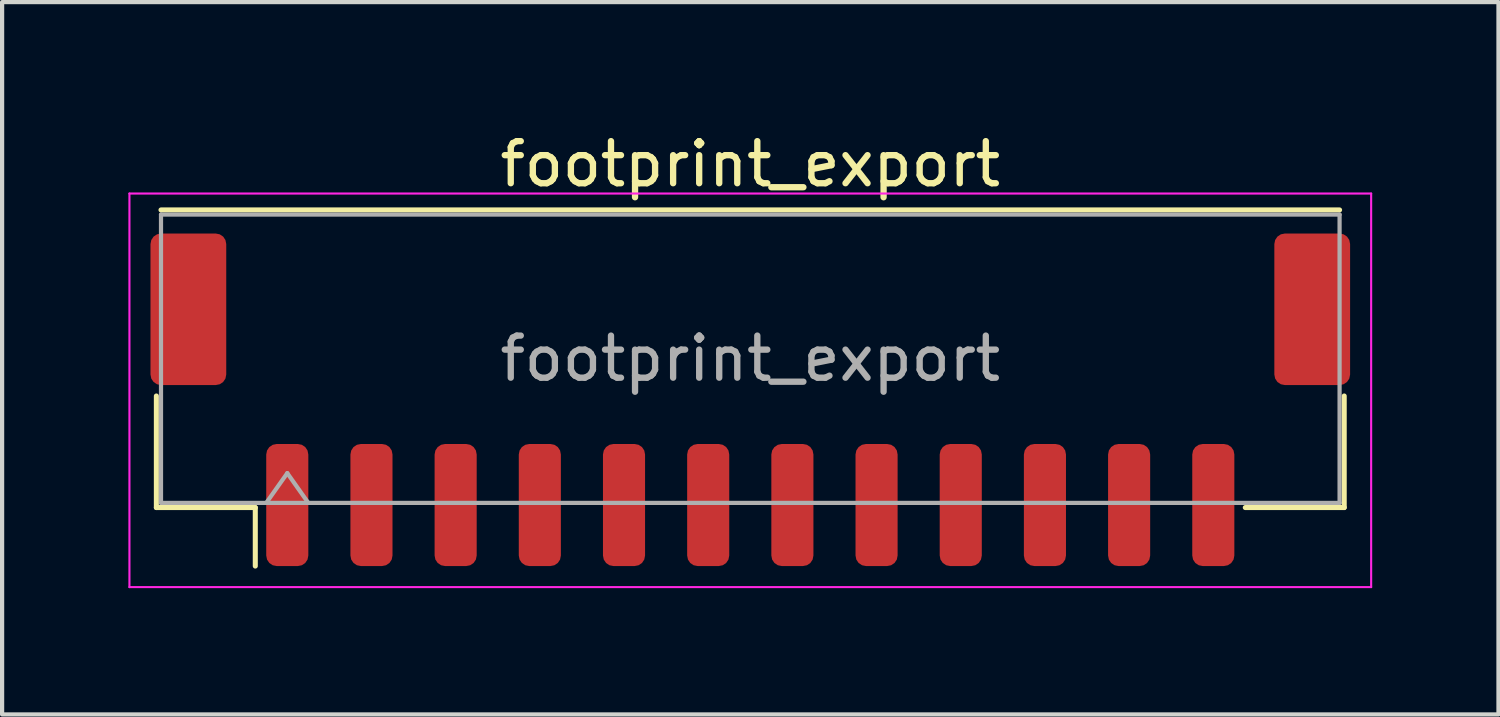
<source format=kicad_pcb>
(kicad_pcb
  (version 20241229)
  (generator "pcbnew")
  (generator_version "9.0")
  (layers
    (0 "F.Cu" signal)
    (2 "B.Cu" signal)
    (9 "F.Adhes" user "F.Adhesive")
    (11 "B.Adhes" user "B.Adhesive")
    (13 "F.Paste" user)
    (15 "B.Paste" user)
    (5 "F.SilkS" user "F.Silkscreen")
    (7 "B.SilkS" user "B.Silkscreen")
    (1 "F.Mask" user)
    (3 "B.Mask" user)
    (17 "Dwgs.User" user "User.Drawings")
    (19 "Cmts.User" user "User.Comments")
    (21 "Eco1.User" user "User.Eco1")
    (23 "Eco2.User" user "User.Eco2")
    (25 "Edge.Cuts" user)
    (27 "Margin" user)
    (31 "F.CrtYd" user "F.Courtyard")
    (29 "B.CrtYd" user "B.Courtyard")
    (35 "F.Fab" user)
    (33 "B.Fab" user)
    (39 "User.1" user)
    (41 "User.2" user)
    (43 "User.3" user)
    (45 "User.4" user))
  (footprint "footprint_export"
    (layer "F.Cu")
    (at 14.775 6.448)
    (property "Reference" "footprint_export" (at 0 -5.6 0) (layer "F.SilkS") (effects (font (size 1 1) (thickness 0.15))))
    (attr smd)
    (fp_line (start -14.11 -0.09) (end -14.11 2.56) (stroke (width 0.12) (type solid)) (layer "F.SilkS"))
    (fp_line (start -14.11 2.56) (end -11.76 2.56) (stroke (width 0.12) (type solid)) (layer "F.SilkS"))
    (fp_line (start -14 -4.51) (end 14 -4.51) (stroke (width 0.12) (type solid)) (layer "F.SilkS"))
    (fp_line (start -11.76 2.56) (end -11.76 3.95) (stroke (width 0.12) (type solid)) (layer "F.SilkS"))
    (fp_line (start 14.11 -0.09) (end 14.11 2.56) (stroke (width 0.12) (type solid)) (layer "F.SilkS"))
    (fp_line (start 14.11 2.56) (end 11.76 2.56) (stroke (width 0.12) (type solid)) (layer "F.SilkS"))
    (fp_line (start -14.75 -4.9) (end -14.75 4.45) (stroke (width 0.05) (type solid)) (layer "F.CrtYd"))
    (fp_line (start -14.75 4.45) (end 14.75 4.45) (stroke (width 0.05) (type solid)) (layer "F.CrtYd"))
    (fp_line (start 14.75 -4.9) (end -14.75 -4.9) (stroke (width 0.05) (type solid)) (layer "F.CrtYd"))
    (fp_line (start 14.75 4.45) (end 14.75 -4.9) (stroke (width 0.05) (type solid)) (layer "F.CrtYd"))
    (fp_line (start -14 -4.4) (end 14 -4.4) (stroke (width 0.1) (type solid)) (layer "F.Fab"))
    (fp_line (start -14 2.45) (end -14 -4.4) (stroke (width 0.1) (type solid)) (layer "F.Fab"))
    (fp_line (start -14 2.45) (end 14 2.45) (stroke (width 0.1) (type solid)) (layer "F.Fab"))
    (fp_line (start -11.5 2.45) (end -11 1.743) (stroke (width 0.1) (type solid)) (layer "F.Fab"))
    (fp_line (start -11 1.743) (end -10.5 2.45) (stroke (width 0.1) (type solid)) (layer "F.Fab"))
    (fp_line (start 14 2.45) (end 14 -4.4) (stroke (width 0.1) (type solid)) (layer "F.Fab"))
    (fp_text user "${REFERENCE}" (at 0 -0.98 0) (layer "F.Fab") (effects (font (size 1 1) (thickness 0.15))))
    (pad "1" smd roundrect (at -11 2.5) (size 1 2.9) (layers "F.Cu" "F.Mask" "F.Paste") (roundrect_rratio 0.25))
    (pad "2" smd roundrect (at -9 2.5) (size 1 2.9) (layers "F.Cu" "F.Mask" "F.Paste") (roundrect_rratio 0.25))
    (pad "3" smd roundrect (at -7 2.5) (size 1 2.9) (layers "F.Cu" "F.Mask" "F.Paste") (roundrect_rratio 0.25))
    (pad "4" smd roundrect (at -5 2.5) (size 1 2.9) (layers "F.Cu" "F.Mask" "F.Paste") (roundrect_rratio 0.25))
    (pad "5" smd roundrect (at -3 2.5) (size 1 2.9) (layers "F.Cu" "F.Mask" "F.Paste") (roundrect_rratio 0.25))
    (pad "6" smd roundrect (at -1 2.5) (size 1 2.9) (layers "F.Cu" "F.Mask" "F.Paste") (roundrect_rratio 0.25))
    (pad "7" smd roundrect (at 1 2.5) (size 1 2.9) (layers "F.Cu" "F.Mask" "F.Paste") (roundrect_rratio 0.25))
    (pad "8" smd roundrect (at 3 2.5) (size 1 2.9) (layers "F.Cu" "F.Mask" "F.Paste") (roundrect_rratio 0.25))
    (pad "9" smd roundrect (at 5 2.5) (size 1 2.9) (layers "F.Cu" "F.Mask" "F.Paste") (roundrect_rratio 0.25))
    (pad "10" smd roundrect (at 7 2.5) (size 1 2.9) (layers "F.Cu" "F.Mask" "F.Paste") (roundrect_rratio 0.25))
    (pad "11" smd roundrect (at 9 2.5) (size 1 2.9) (layers "F.Cu" "F.Mask" "F.Paste") (roundrect_rratio 0.25))
    (pad "12" smd roundrect (at 11 2.5) (size 1 2.9) (layers "F.Cu" "F.Mask" "F.Paste") (roundrect_rratio 0.25))
    (pad "MP" smd roundrect (at -13.35 -2.15) (size 1.8 3.6) (layers "F.Cu" "F.Mask" "F.Paste") (roundrect_rratio 0.139))
    (pad "MP" smd roundrect (at 13.35 -2.15) (size 1.8 3.6) (layers "F.Cu" "F.Mask" "F.Paste") (roundrect_rratio 0.139)))
  (gr_rect
    (start -3 -3)
    (end 32.55 13.923)
    (stroke (width 0.1) (type default))
    (fill no)
    (layer "Edge.Cuts")))
</source>
